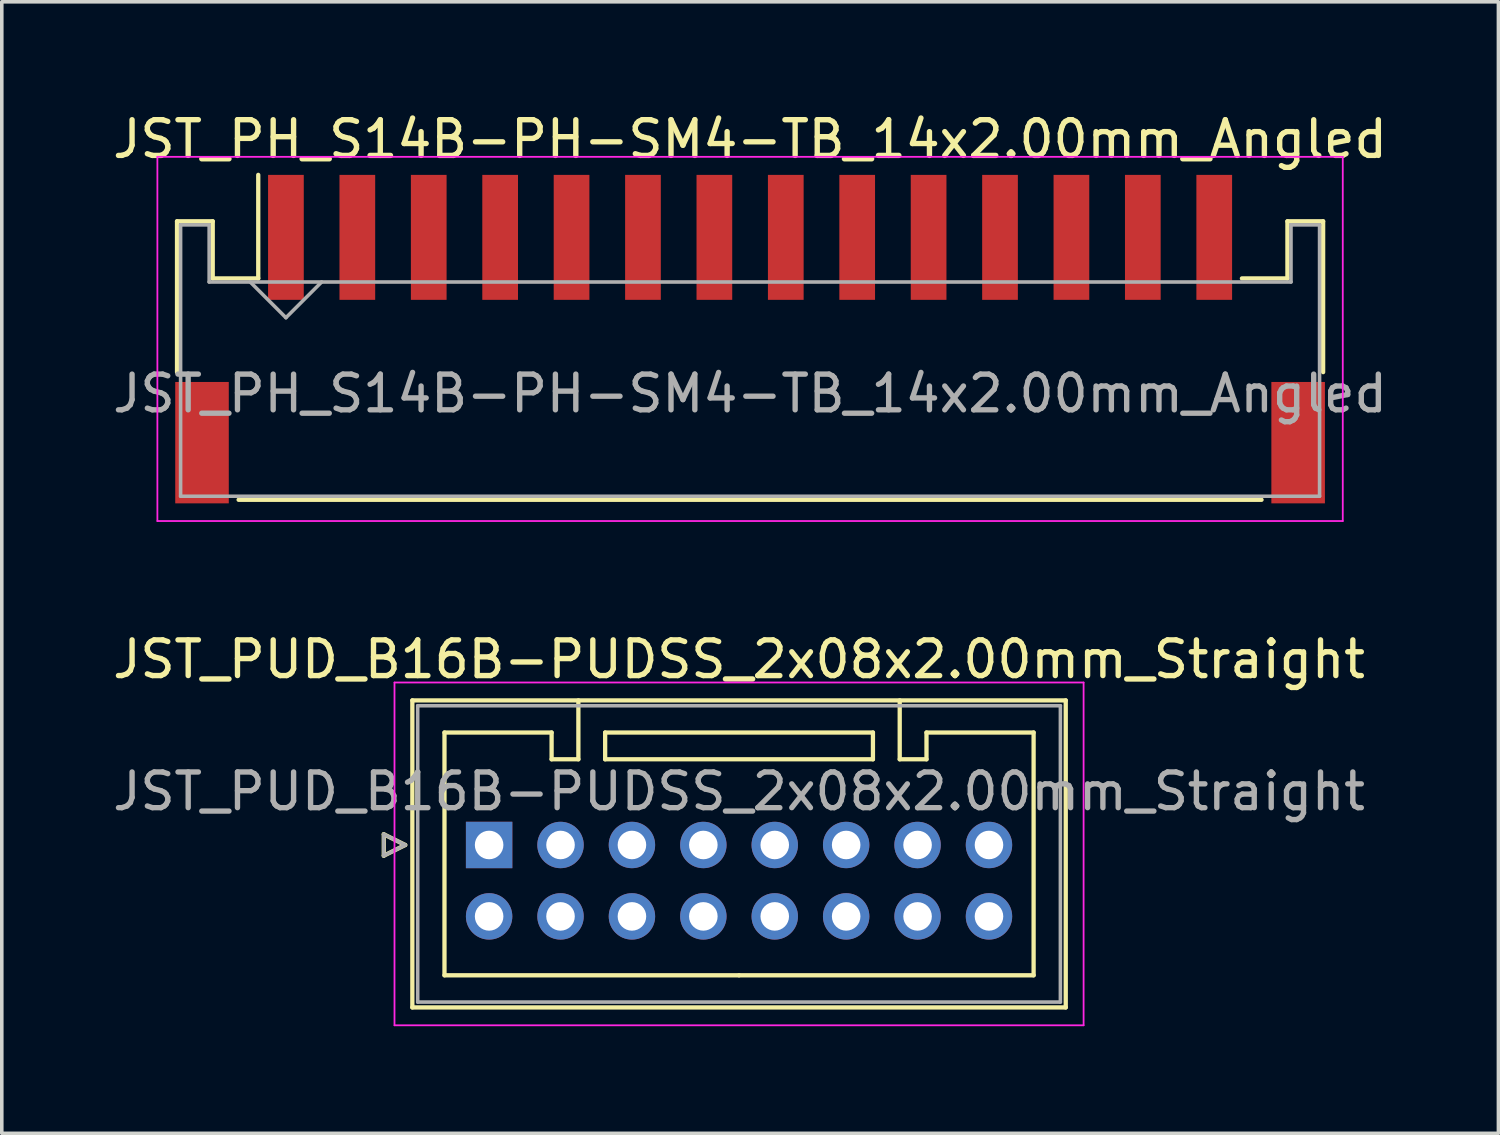
<source format=kicad_pcb>
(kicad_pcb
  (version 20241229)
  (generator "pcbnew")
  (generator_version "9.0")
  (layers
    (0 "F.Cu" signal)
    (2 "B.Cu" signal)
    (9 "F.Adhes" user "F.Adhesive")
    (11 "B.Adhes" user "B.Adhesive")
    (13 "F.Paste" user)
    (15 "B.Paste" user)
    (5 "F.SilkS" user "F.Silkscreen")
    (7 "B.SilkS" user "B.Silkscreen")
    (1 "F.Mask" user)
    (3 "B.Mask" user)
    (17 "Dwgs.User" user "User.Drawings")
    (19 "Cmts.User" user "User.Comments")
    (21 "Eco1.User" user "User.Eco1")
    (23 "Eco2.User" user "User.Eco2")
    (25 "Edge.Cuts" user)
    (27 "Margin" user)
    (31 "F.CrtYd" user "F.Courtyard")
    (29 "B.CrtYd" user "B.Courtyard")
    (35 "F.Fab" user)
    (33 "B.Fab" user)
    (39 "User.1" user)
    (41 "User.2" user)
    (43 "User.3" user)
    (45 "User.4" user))
  (footprint "JST_PUD_B16B-PUDSS_2x08x2.00mm_Straight"
    (layer "F.Cu")
    (at 10.649 20.616)
    (property "Reference" "JST_PUD_B16B-PUDSS_2x08x2.00mm_Straight" (at 7 -5.2 0) (layer "F.SilkS") (effects (font (size 1 1) (thickness 0.15))))
    (attr through_hole)
    (fp_line (start -2.95 -0.3) (end -2.35 0) (stroke (width 0.12) (type solid)) (layer "F.SilkS"))
    (fp_line (start -2.95 0.3) (end -2.95 -0.3) (stroke (width 0.12) (type solid)) (layer "F.SilkS"))
    (fp_line (start -2.35 0) (end -2.95 0.3) (stroke (width 0.12) (type solid)) (layer "F.SilkS"))
    (fp_line (start -2.15 -4.05) (end -2.15 4.55) (stroke (width 0.12) (type solid)) (layer "F.SilkS"))
    (fp_line (start -2.15 4.55) (end 16.15 4.55) (stroke (width 0.12) (type solid)) (layer "F.SilkS"))
    (fp_line (start -1.25 -3.15) (end -1.25 3.65) (stroke (width 0.12) (type solid)) (layer "F.SilkS"))
    (fp_line (start -1.25 3.65) (end 7 3.65) (stroke (width 0.12) (type solid)) (layer "F.SilkS"))
    (fp_line (start 1.75 -3.15) (end -1.25 -3.15) (stroke (width 0.12) (type solid)) (layer "F.SilkS"))
    (fp_line (start 1.75 -2.4) (end 1.75 -3.15) (stroke (width 0.12) (type solid)) (layer "F.SilkS"))
    (fp_line (start 2.5 -4.05) (end 2.5 -2.4) (stroke (width 0.12) (type solid)) (layer "F.SilkS"))
    (fp_line (start 2.5 -2.4) (end 1.75 -2.4) (stroke (width 0.12) (type solid)) (layer "F.SilkS"))
    (fp_line (start 3.25 -3.15) (end 3.25 -2.4) (stroke (width 0.12) (type solid)) (layer "F.SilkS"))
    (fp_line (start 3.25 -2.4) (end 10.75 -2.4) (stroke (width 0.12) (type solid)) (layer "F.SilkS"))
    (fp_line (start 10.75 -3.15) (end 3.25 -3.15) (stroke (width 0.12) (type solid)) (layer "F.SilkS"))
    (fp_line (start 10.75 -2.4) (end 10.75 -3.15) (stroke (width 0.12) (type solid)) (layer "F.SilkS"))
    (fp_line (start 11.5 -4.05) (end 11.5 -2.4) (stroke (width 0.12) (type solid)) (layer "F.SilkS"))
    (fp_line (start 11.5 -2.4) (end 12.25 -2.4) (stroke (width 0.12) (type solid)) (layer "F.SilkS"))
    (fp_line (start 12.25 -3.15) (end 15.25 -3.15) (stroke (width 0.12) (type solid)) (layer "F.SilkS"))
    (fp_line (start 12.25 -2.4) (end 12.25 -3.15) (stroke (width 0.12) (type solid)) (layer "F.SilkS"))
    (fp_line (start 15.25 -3.15) (end 15.25 3.65) (stroke (width 0.12) (type solid)) (layer "F.SilkS"))
    (fp_line (start 15.25 3.65) (end 7 3.65) (stroke (width 0.12) (type solid)) (layer "F.SilkS"))
    (fp_line (start 16.15 -4.05) (end -2.15 -4.05) (stroke (width 0.12) (type solid)) (layer "F.SilkS"))
    (fp_line (start 16.15 4.55) (end 16.15 -4.05) (stroke (width 0.12) (type solid)) (layer "F.SilkS"))
    (fp_line (start -2.65 -4.55) (end -2.65 5.05) (stroke (width 0.05) (type solid)) (layer "F.CrtYd"))
    (fp_line (start -2.65 5.05) (end 16.65 5.05) (stroke (width 0.05) (type solid)) (layer "F.CrtYd"))
    (fp_line (start 16.65 -4.55) (end -2.65 -4.55) (stroke (width 0.05) (type solid)) (layer "F.CrtYd"))
    (fp_line (start 16.65 5.05) (end 16.65 -4.55) (stroke (width 0.05) (type solid)) (layer "F.CrtYd"))
    (fp_line (start -2.95 -0.3) (end -2.35 0) (stroke (width 0.1) (type solid)) (layer "F.Fab"))
    (fp_line (start -2.95 0.3) (end -2.95 -0.3) (stroke (width 0.1) (type solid)) (layer "F.Fab"))
    (fp_line (start -2.35 0) (end -2.95 0.3) (stroke (width 0.1) (type solid)) (layer "F.Fab"))
    (fp_line (start -2 -3.9) (end -2 4.4) (stroke (width 0.1) (type solid)) (layer "F.Fab"))
    (fp_line (start -2 4.4) (end 16 4.4) (stroke (width 0.1) (type solid)) (layer "F.Fab"))
    (fp_line (start 16 -3.9) (end -2 -3.9) (stroke (width 0.1) (type solid)) (layer "F.Fab"))
    (fp_line (start 16 4.4) (end 16 -3.9) (stroke (width 0.1) (type solid)) (layer "F.Fab"))
    (fp_text user "${REFERENCE}" (at 7 -1.5 0) (layer "F.Fab") (effects (font (size 1 1) (thickness 0.15))))
    (pad "1" thru_hole rect (at 0 0) (size 1.3 1.3) (drill 0.8) (layers "*.Cu" "*.Mask"))
    (pad "2" thru_hole circle (at 0 2) (size 1.3 1.3) (drill 0.8) (layers "*.Cu" "*.Mask"))
    (pad "3" thru_hole circle (at 2 0) (size 1.3 1.3) (drill 0.8) (layers "*.Cu" "*.Mask"))
    (pad "4" thru_hole circle (at 2 2) (size 1.3 1.3) (drill 0.8) (layers "*.Cu" "*.Mask"))
    (pad "5" thru_hole circle (at 4 0) (size 1.3 1.3) (drill 0.8) (layers "*.Cu" "*.Mask"))
    (pad "6" thru_hole circle (at 4 2) (size 1.3 1.3) (drill 0.8) (layers "*.Cu" "*.Mask"))
    (pad "7" thru_hole circle (at 6 0) (size 1.3 1.3) (drill 0.8) (layers "*.Cu" "*.Mask"))
    (pad "8" thru_hole circle (at 6 2) (size 1.3 1.3) (drill 0.8) (layers "*.Cu" "*.Mask"))
    (pad "9" thru_hole circle (at 8 0) (size 1.3 1.3) (drill 0.8) (layers "*.Cu" "*.Mask"))
    (pad "10" thru_hole circle (at 8 2) (size 1.3 1.3) (drill 0.8) (layers "*.Cu" "*.Mask"))
    (pad "11" thru_hole circle (at 10 0) (size 1.3 1.3) (drill 0.8) (layers "*.Cu" "*.Mask"))
    (pad "12" thru_hole circle (at 10 2) (size 1.3 1.3) (drill 0.8) (layers "*.Cu" "*.Mask"))
    (pad "13" thru_hole circle (at 12 0) (size 1.3 1.3) (drill 0.8) (layers "*.Cu" "*.Mask"))
    (pad "14" thru_hole circle (at 12 2) (size 1.3 1.3) (drill 0.8) (layers "*.Cu" "*.Mask"))
    (pad "15" thru_hole circle (at 14 0) (size 1.3 1.3) (drill 0.8) (layers "*.Cu" "*.Mask"))
    (pad "16" thru_hole circle (at 14 2) (size 1.3 1.3) (drill 0.8) (layers "*.Cu" "*.Mask")))
  (footprint "JST_PH_S14B-PH-SM4-TB_14x2.00mm_Angled"
    (layer "F.Cu")
    (at 17.958 6.473)
    (property "Reference" "JST_PH_S14B-PH-SM4-TB_14x2.00mm_Angled" (at 0 -5.625 0) (layer "F.SilkS") (effects (font (size 1 1) (thickness 0.15))))
    (attr smd)
    (fp_line (start -16.05 -3.325) (end -16.05 0.9) (stroke (width 0.12) (type solid)) (layer "F.SilkS"))
    (fp_line (start -15.05 -3.325) (end -16.05 -3.325) (stroke (width 0.12) (type solid)) (layer "F.SilkS"))
    (fp_line (start -15.05 -1.725) (end -15.05 -3.325) (stroke (width 0.12) (type solid)) (layer "F.SilkS"))
    (fp_line (start -14.325 4.475) (end 14.325 4.475) (stroke (width 0.12) (type solid)) (layer "F.SilkS"))
    (fp_line (start -13.775 -1.725) (end -15.05 -1.725) (stroke (width 0.12) (type solid)) (layer "F.SilkS"))
    (fp_line (start -13.775 -1.725) (end -13.775 -4.625) (stroke (width 0.12) (type solid)) (layer "F.SilkS"))
    (fp_line (start 15.05 -3.325) (end 15.05 -1.725) (stroke (width 0.12) (type solid)) (layer "F.SilkS"))
    (fp_line (start 15.05 -1.725) (end 13.775 -1.725) (stroke (width 0.12) (type solid)) (layer "F.SilkS"))
    (fp_line (start 16.05 -3.325) (end 15.05 -3.325) (stroke (width 0.12) (type solid)) (layer "F.SilkS"))
    (fp_line (start 16.05 0.9) (end 16.05 -3.325) (stroke (width 0.12) (type solid)) (layer "F.SilkS"))
    (fp_line (start -16.6 -5.13) (end -16.6 5.07) (stroke (width 0.05) (type solid)) (layer "F.CrtYd"))
    (fp_line (start -16.6 5.07) (end 16.6 5.07) (stroke (width 0.05) (type solid)) (layer "F.CrtYd"))
    (fp_line (start 16.6 -5.13) (end -16.6 -5.13) (stroke (width 0.05) (type solid)) (layer "F.CrtYd"))
    (fp_line (start 16.6 5.07) (end 16.6 -5.13) (stroke (width 0.05) (type solid)) (layer "F.CrtYd"))
    (fp_line (start -15.95 -3.225) (end -15.95 4.375) (stroke (width 0.1) (type solid)) (layer "F.Fab"))
    (fp_line (start -15.95 4.375) (end 15.95 4.375) (stroke (width 0.1) (type solid)) (layer "F.Fab"))
    (fp_line (start -15.15 -3.225) (end -15.95 -3.225) (stroke (width 0.1) (type solid)) (layer "F.Fab"))
    (fp_line (start -15.15 -1.625) (end -15.15 -3.225) (stroke (width 0.1) (type solid)) (layer "F.Fab"))
    (fp_line (start -14 -1.625) (end -13 -0.625) (stroke (width 0.1) (type solid)) (layer "F.Fab"))
    (fp_line (start -13 -0.625) (end -12 -1.625) (stroke (width 0.1) (type solid)) (layer "F.Fab"))
    (fp_line (start 15.15 -3.225) (end 15.15 -1.625) (stroke (width 0.1) (type solid)) (layer "F.Fab"))
    (fp_line (start 15.15 -1.625) (end -15.15 -1.625) (stroke (width 0.1) (type solid)) (layer "F.Fab"))
    (fp_line (start 15.95 -3.225) (end 15.15 -3.225) (stroke (width 0.1) (type solid)) (layer "F.Fab"))
    (fp_line (start 15.95 4.375) (end 15.95 -3.225) (stroke (width 0.1) (type solid)) (layer "F.Fab"))
    (fp_text user "${REFERENCE}" (at 0 1.5 0) (layer "F.Fab") (effects (font (size 1 1) (thickness 0.15))))
    (pad "" smd rect (at -15.35 2.875) (size 1.5 3.4) (layers "F.Cu" "F.Mask" "F.Paste"))
    (pad "" smd rect (at 15.35 2.875) (size 1.5 3.4) (layers "F.Cu" "F.Mask" "F.Paste"))
    (pad "1" smd rect (at -13 -2.875) (size 1 3.5) (layers "F.Cu" "F.Mask" "F.Paste"))
    (pad "2" smd rect (at -11 -2.875) (size 1 3.5) (layers "F.Cu" "F.Mask" "F.Paste"))
    (pad "3" smd rect (at -9 -2.875) (size 1 3.5) (layers "F.Cu" "F.Mask" "F.Paste"))
    (pad "4" smd rect (at -7 -2.875) (size 1 3.5) (layers "F.Cu" "F.Mask" "F.Paste"))
    (pad "5" smd rect (at -5 -2.875) (size 1 3.5) (layers "F.Cu" "F.Mask" "F.Paste"))
    (pad "6" smd rect (at -3 -2.875) (size 1 3.5) (layers "F.Cu" "F.Mask" "F.Paste"))
    (pad "7" smd rect (at -1 -2.875) (size 1 3.5) (layers "F.Cu" "F.Mask" "F.Paste"))
    (pad "8" smd rect (at 1 -2.875) (size 1 3.5) (layers "F.Cu" "F.Mask" "F.Paste"))
    (pad "9" smd rect (at 3 -2.875) (size 1 3.5) (layers "F.Cu" "F.Mask" "F.Paste"))
    (pad "10" smd rect (at 5 -2.875) (size 1 3.5) (layers "F.Cu" "F.Mask" "F.Paste"))
    (pad "11" smd rect (at 7 -2.875) (size 1 3.5) (layers "F.Cu" "F.Mask" "F.Paste"))
    (pad "12" smd rect (at 9 -2.875) (size 1 3.5) (layers "F.Cu" "F.Mask" "F.Paste"))
    (pad "13" smd rect (at 11 -2.875) (size 1 3.5) (layers "F.Cu" "F.Mask" "F.Paste"))
    (pad "14" smd rect (at 13 -2.875) (size 1 3.5) (layers "F.Cu" "F.Mask" "F.Paste")))
  (gr_rect
    (start -3 -3)
    (end 38.917 28.692)
    (stroke (width 0.1) (type default))
    (fill no)
    (layer "Edge.Cuts")))
</source>
